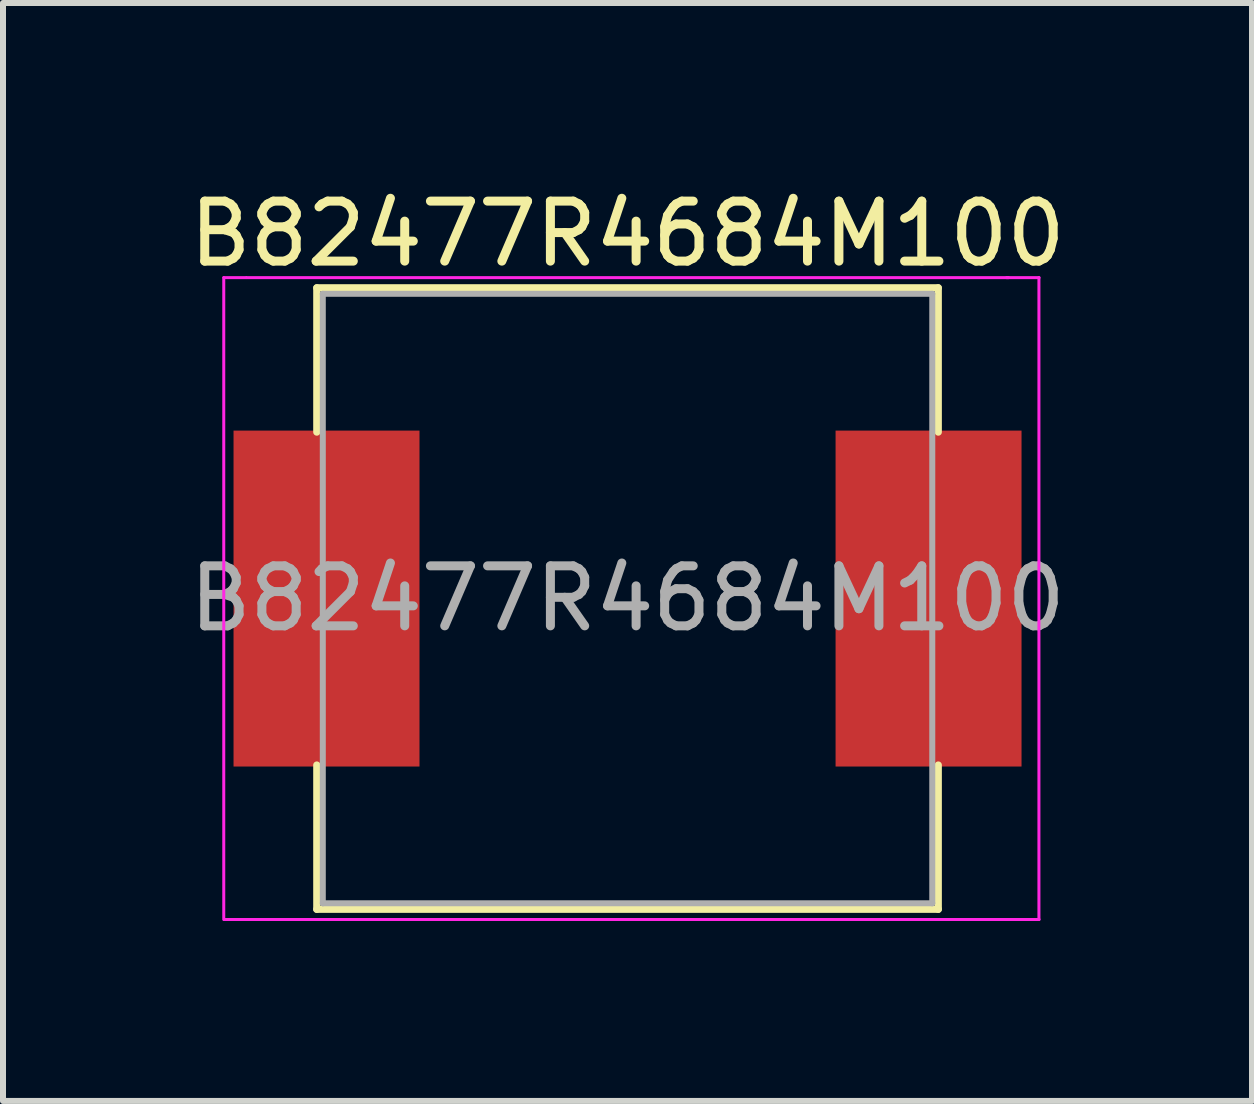
<source format=kicad_pcb>
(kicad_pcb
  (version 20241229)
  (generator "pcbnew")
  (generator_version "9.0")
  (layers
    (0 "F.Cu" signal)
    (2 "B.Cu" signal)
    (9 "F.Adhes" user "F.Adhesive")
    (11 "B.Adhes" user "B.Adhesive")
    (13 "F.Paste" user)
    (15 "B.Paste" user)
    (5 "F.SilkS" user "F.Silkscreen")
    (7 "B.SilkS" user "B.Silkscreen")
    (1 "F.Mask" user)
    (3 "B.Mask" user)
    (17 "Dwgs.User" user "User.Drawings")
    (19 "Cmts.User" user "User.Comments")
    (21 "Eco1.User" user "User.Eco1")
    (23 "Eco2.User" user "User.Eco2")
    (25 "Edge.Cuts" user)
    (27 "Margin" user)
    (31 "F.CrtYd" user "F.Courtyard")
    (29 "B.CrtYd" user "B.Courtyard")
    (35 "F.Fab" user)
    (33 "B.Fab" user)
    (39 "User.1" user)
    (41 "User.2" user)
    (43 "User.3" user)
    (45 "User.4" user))
  (footprint "B82477R4684M100"
    (layer "F.Cu")
    (at 7.411 6.928)
    (property "Reference" "B82477R4684M100" (at 0 -6.08 0) (layer "F.SilkS") (effects (font (size 1 1) (thickness 0.15))))
    (attr smd)
    (fp_line (start -5.18 -5.18) (end 5.18 -5.18) (stroke (width 0.12) (type solid)) (layer "F.SilkS"))
    (fp_line (start -5.18 -2.775) (end -5.18 -5.18) (stroke (width 0.12) (type solid)) (layer "F.SilkS"))
    (fp_line (start -5.18 2.775) (end -5.18 5.18) (stroke (width 0.12) (type solid)) (layer "F.SilkS"))
    (fp_line (start -5.18 5.18) (end 5.18 5.18) (stroke (width 0.12) (type solid)) (layer "F.SilkS"))
    (fp_line (start 5.18 -5.18) (end 5.18 -2.775) (stroke (width 0.12) (type solid)) (layer "F.SilkS"))
    (fp_line (start 5.18 5.18) (end 5.18 2.775) (stroke (width 0.12) (type solid)) (layer "F.SilkS"))
    (fp_line (start -6.731 -5.35) (end -6.731 5.35) (stroke (width 0.05) (type solid)) (layer "F.CrtYd"))
    (fp_line (start -6.73 -5.35) (end -6.36 -5.35) (stroke (width 0.05) (type solid)) (layer "F.CrtYd"))
    (fp_line (start -6.35 5.35) (end -6.72 5.35) (stroke (width 0.05) (type solid)) (layer "F.CrtYd"))
    (fp_line (start -6.35 5.35) (end 6.35 5.35) (stroke (width 0.05) (type solid)) (layer "F.CrtYd"))
    (fp_line (start 6.35 -5.35) (end -6.35 -5.35) (stroke (width 0.05) (type solid)) (layer "F.CrtYd"))
    (fp_line (start 6.858 5.35) (end 6.858 -5.35) (stroke (width 0.05) (type solid)) (layer "F.CrtYd"))
    (fp_line (start 6.86 -5.35) (end 6.32 -5.35) (stroke (width 0.05) (type solid)) (layer "F.CrtYd"))
    (fp_line (start 6.86 5.35) (end 6.36 5.35) (stroke (width 0.05) (type solid)) (layer "F.CrtYd"))
    (fp_line (start -5.08 -5.08) (end -5.08 5.08) (stroke (width 0.1) (type solid)) (layer "F.Fab"))
    (fp_line (start -5.08 5.08) (end 5.08 5.08) (stroke (width 0.1) (type solid)) (layer "F.Fab"))
    (fp_line (start 5.08 -5.08) (end -5.08 -5.08) (stroke (width 0.1) (type solid)) (layer "F.Fab"))
    (fp_line (start 5.08 5.08) (end 5.08 -5.08) (stroke (width 0.1) (type solid)) (layer "F.Fab"))
    (fp_text user "${REFERENCE}" (at 0 0 0) (layer "F.Fab") (effects (font (size 1 1) (thickness 0.15))))
    (pad "1" smd rect (at -5.018 0) (size 3.1 5.6) (layers "F.Cu" "F.Mask" "F.Paste"))
    (pad "2" smd rect (at 5.018 0) (size 3.1 5.6) (layers "F.Cu" "F.Mask" "F.Paste")))
  (gr_rect
    (start -3 -3)
    (end 17.821 15.303)
    (stroke (width 0.1) (type default))
    (fill no)
    (layer "Edge.Cuts")))
</source>
